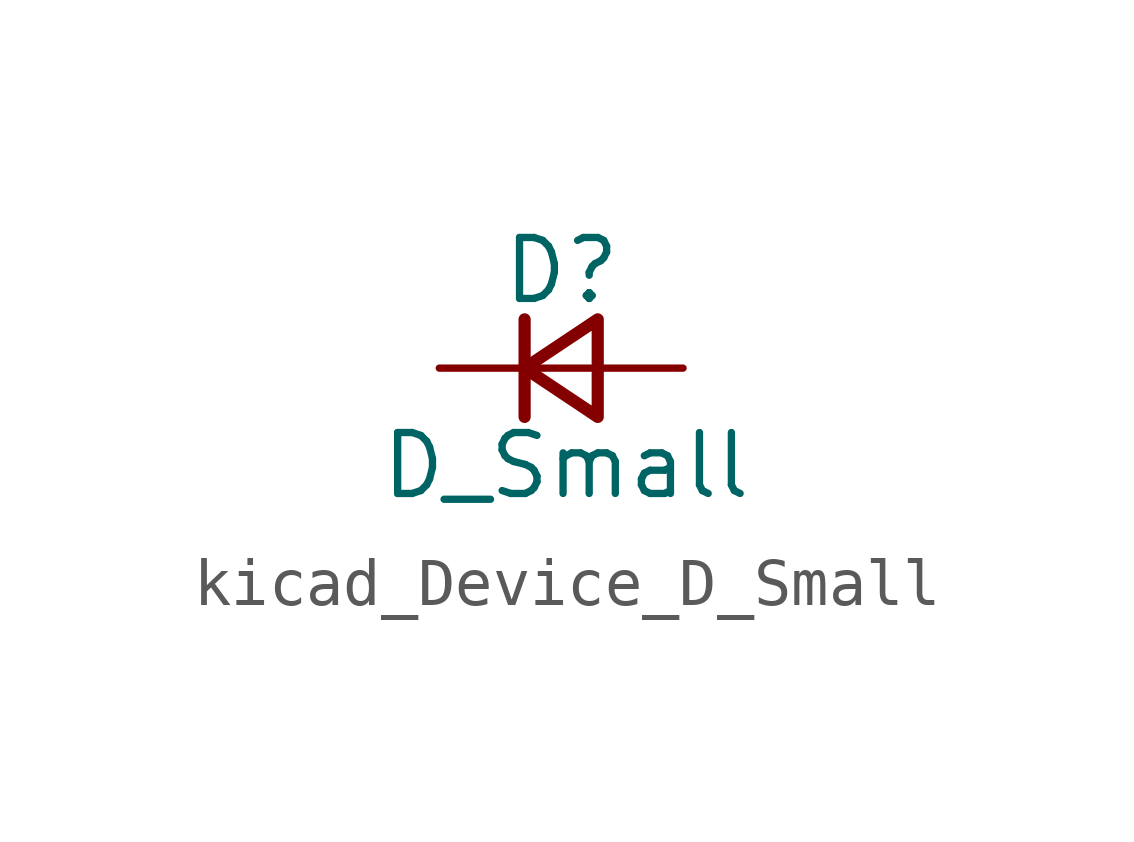
<source format=kicad_sym>
(kicad_symbol_lib
  (version 20220914)
  (generator kicad_symbol_editor)
  (symbol "kicad_Device_D_Small"
    (pin_numbers hide)
    (pin_names
      (offset 0.254) hide)
    (property "Reference" "D"
      (at -1.27 2.032 0)
      (effects (font (size 1.27 1.27)) (justify left)))
    (property "Value" "D_Small"
      (at -3.81 -2.032 0)
      (effects (font (size 1.27 1.27)) (justify left)))
    (symbol "kicad_Device_D_Small_0_1"
      (polyline (pts (xy -0.762 -1.016) (xy -0.762 1.016)) (stroke (width 0.254) (type default)) (fill (type none)))
      (polyline (pts (xy -0.762 0) (xy 0.762 0)) (stroke (width 0) (type default)) (fill (type none)))
      (polyline (pts (xy 0.762 -1.016) (xy -0.762 0) (xy 0.762 1.016) (xy 0.762 -1.016)) (stroke (width 0.254) (type default)) (fill (type none))))
    (symbol "kicad_Device_D_Small_1_1"
      (pin passive line (at -2.54 0 0) (length 1.778) (name "K" (effects (font (size 1.27 1.27)))) (number "1" (effects (font (size 1.27 1.27)))))
      (pin passive line (at 2.54 0 180) (length 1.778) (name "A" (effects (font (size 1.27 1.27)))) (number "2" (effects (font (size 1.27 1.27))))))))
</source>
